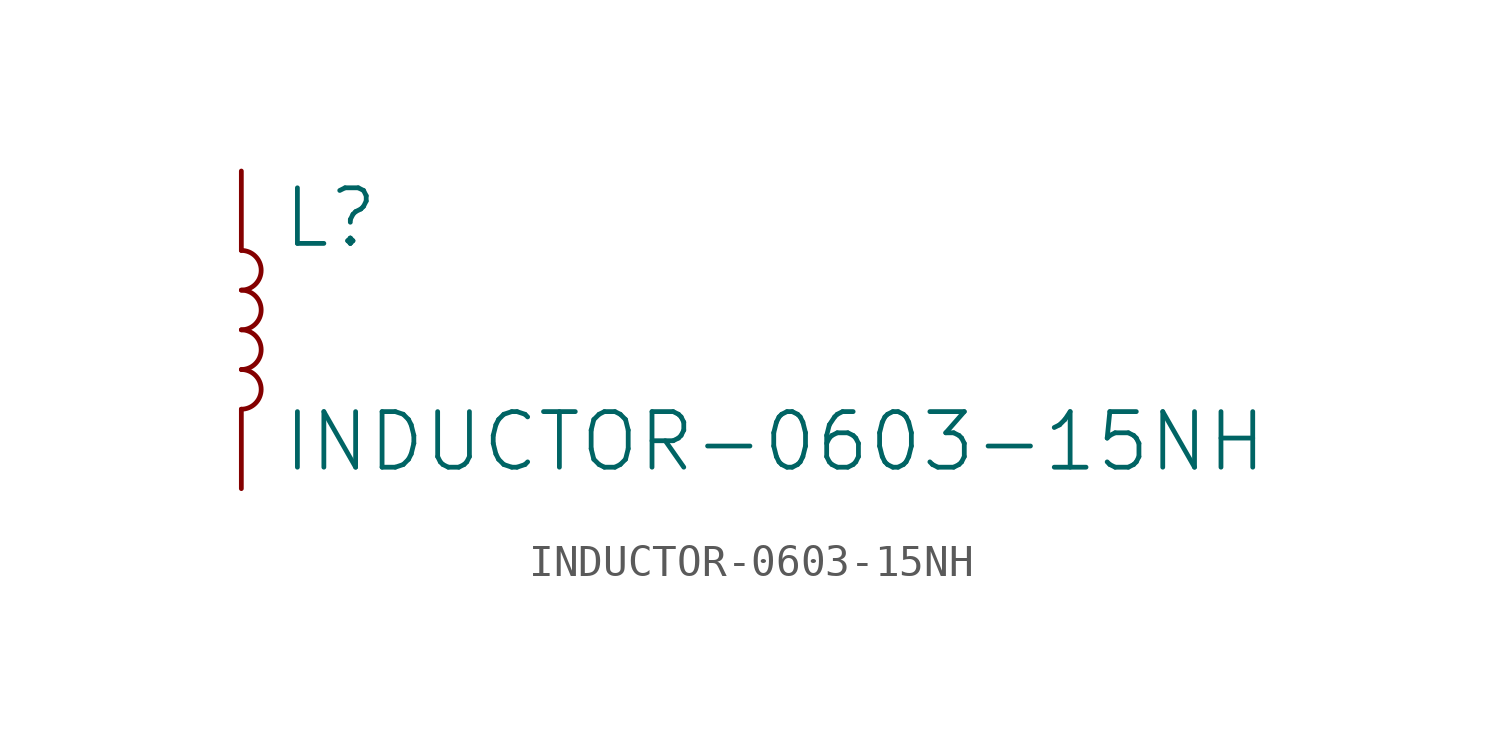
<source format=kicad_sym>
(kicad_symbol_lib
  (version 20211014)
  (generator kicad_symbol_editor)
  (symbol "INDUCTOR-0603-15NH"
    (property "Reference" "L"
      (at 1.27 2.54 0)
      (effects (font (size 1.778 1.778)) (justify left bottom)))
    (property "Value" "INDUCTOR-0603-15NH"
      (at 1.27 -2.54 0)
      (effects (font (size 1.778 1.778)) (justify left top)))
    (property "ki_locked" ""
      (at 0 0 0)
      (effects (font (size 1.27 1.27))))
    (symbol "INDUCTOR-0603-15NH_1_0"
      (arc (start 0 -2.54) (mid 0.635 -1.905) (end 0 -1.27) (stroke (width 0.1524) (type default) (color 0 0 0 0)) (fill (type none)))
      (arc (start 0 -1.27) (mid 0.635 -0.635) (end 0 0) (stroke (width 0.1524) (type default) (color 0 0 0 0)) (fill (type none)))
      (arc (start 0 0) (mid 0.635 0.635) (end 0 1.27) (stroke (width 0.1524) (type default) (color 0 0 0 0)) (fill (type none)))
      (arc (start 0 1.27) (mid 0.635 1.905) (end 0 2.54) (stroke (width 0.1524) (type default) (color 0 0 0 0)) (fill (type none)))
      (pin passive line (at 0 5.08 270) (length 2.54) (name "1" (effects (font (size 0 0)))) (number "1" (effects (font (size 0 0)))))
      (pin passive line (at 0 -5.08 90) (length 2.54) (name "2" (effects (font (size 0 0)))) (number "2" (effects (font (size 0 0))))))))
</source>
